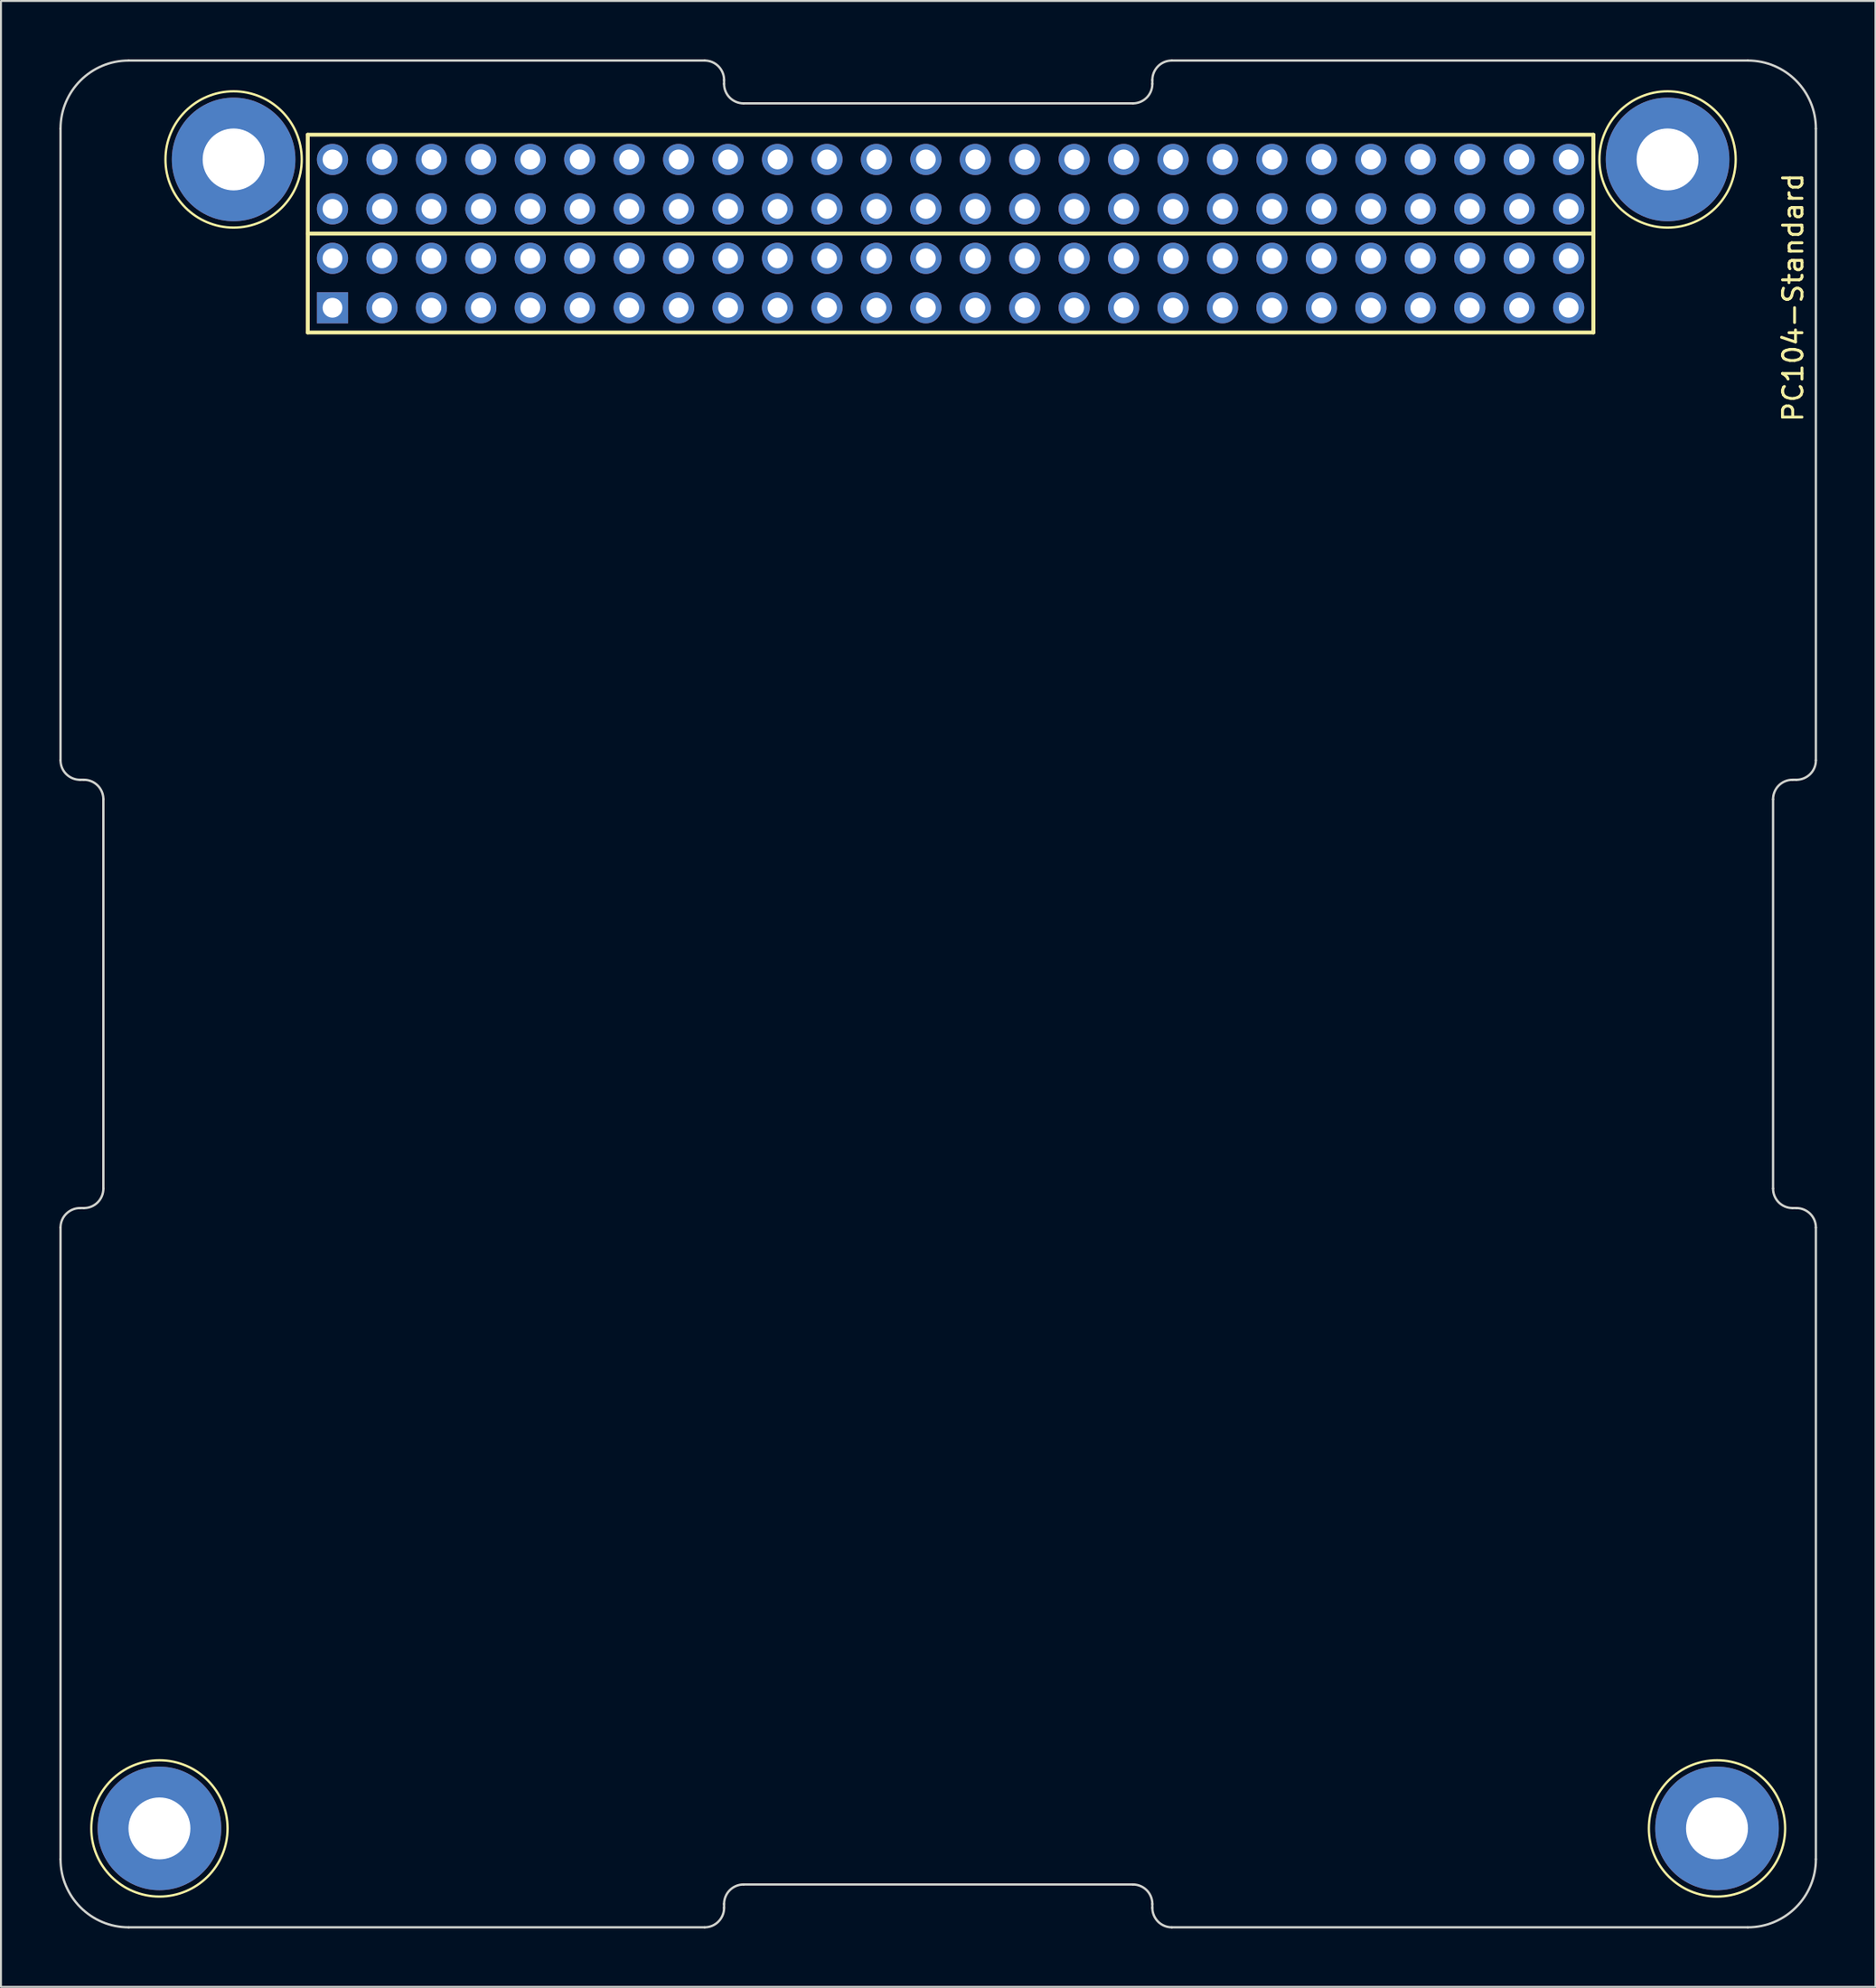
<source format=kicad_pcb>
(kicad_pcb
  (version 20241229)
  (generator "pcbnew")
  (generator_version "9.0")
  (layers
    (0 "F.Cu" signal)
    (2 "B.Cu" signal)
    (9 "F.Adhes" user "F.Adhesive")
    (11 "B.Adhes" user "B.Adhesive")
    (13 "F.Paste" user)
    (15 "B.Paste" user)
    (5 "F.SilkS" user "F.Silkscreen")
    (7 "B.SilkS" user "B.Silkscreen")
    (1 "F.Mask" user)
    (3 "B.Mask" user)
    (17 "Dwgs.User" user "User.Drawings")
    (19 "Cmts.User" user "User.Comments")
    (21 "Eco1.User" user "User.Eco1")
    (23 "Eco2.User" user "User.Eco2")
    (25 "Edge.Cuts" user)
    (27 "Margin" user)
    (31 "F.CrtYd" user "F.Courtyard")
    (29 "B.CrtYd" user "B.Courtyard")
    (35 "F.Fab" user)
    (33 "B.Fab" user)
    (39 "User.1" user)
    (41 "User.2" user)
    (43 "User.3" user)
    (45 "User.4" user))
  (footprint "PC104-Standard"
    (layer "F.Cu")
    (at 8.95 5.14)
    (property "Reference" "PC104-Standard" (at 80.11 7.09 270) (layer "F.SilkS") (effects (font (size 1 1) (thickness 0.15))))
    (attr through_hole)
    (fp_line (start 3.81 -1.27) (end 69.85 -1.27) (stroke (width 0.2) (type solid)) (layer "F.SilkS"))
    (fp_line (start 3.81 8.89) (end 3.81 -1.27) (stroke (width 0.2) (type solid)) (layer "F.SilkS"))
    (fp_line (start 69.85 -1.27) (end 69.85 8.89) (stroke (width 0.2) (type solid)) (layer "F.SilkS"))
    (fp_line (start 69.85 3.81) (end 3.81 3.81) (stroke (width 0.2) (type solid)) (layer "F.SilkS"))
    (fp_line (start 69.85 8.89) (end 3.81 8.89) (stroke (width 0.2) (type solid)) (layer "F.SilkS"))
    (fp_circle (center -3.81 85.73) (end -0.31 85.73) (stroke (width 0.12) (type default)) (fill no) (layer "F.SilkS"))
    (fp_circle (center 0 0) (end 3.5 0) (stroke (width 0.12) (type default)) (fill no) (layer "F.SilkS"))
    (fp_circle (center 73.66 0) (end 77.16 0) (stroke (width 0.12) (type default)) (fill no) (layer "F.SilkS"))
    (fp_circle (center 76.2 85.73) (end 79.7 85.73) (stroke (width 0.12) (type default)) (fill no) (layer "F.SilkS"))
    (fp_line (start -8.89 30.865) (end -8.89 -1.58) (stroke (width 0.12) (type default)) (layer "Edge.Cuts"))
    (fp_line (start -8.89 54.865) (end -8.89 87.31) (stroke (width 0.12) (type default)) (layer "Edge.Cuts"))
    (fp_line (start -7.89 31.865) (end -7.69 31.865) (stroke (width 0.12) (type default)) (layer "Edge.Cuts"))
    (fp_line (start -7.69 53.865) (end -7.89 53.865) (stroke (width 0.12) (type default)) (layer "Edge.Cuts"))
    (fp_line (start -6.69 32.865) (end -6.69 52.865) (stroke (width 0.12) (type default)) (layer "Edge.Cuts"))
    (fp_line (start -5.39 -5.08) (end 24.195 -5.08) (stroke (width 0.12) (type default)) (layer "Edge.Cuts"))
    (fp_line (start 24.195 90.81) (end -5.39 90.81) (stroke (width 0.12) (type default)) (layer "Edge.Cuts"))
    (fp_line (start 25.195 -3.88) (end 25.195 -4.08) (stroke (width 0.12) (type default)) (layer "Edge.Cuts"))
    (fp_line (start 25.195 89.61) (end 25.195 89.81) (stroke (width 0.12) (type default)) (layer "Edge.Cuts"))
    (fp_line (start 26.195 -2.88) (end 46.195 -2.88) (stroke (width 0.12) (type default)) (layer "Edge.Cuts"))
    (fp_line (start 46.195 88.61) (end 26.195 88.61) (stroke (width 0.12) (type default)) (layer "Edge.Cuts"))
    (fp_line (start 47.195 -3.88) (end 47.195 -4.08) (stroke (width 0.12) (type default)) (layer "Edge.Cuts"))
    (fp_line (start 47.195 89.81) (end 47.195 89.61) (stroke (width 0.12) (type default)) (layer "Edge.Cuts"))
    (fp_line (start 48.195 -5.08) (end 77.78 -5.08) (stroke (width 0.12) (type default)) (layer "Edge.Cuts"))
    (fp_line (start 77.78 90.81) (end 48.195 90.81) (stroke (width 0.12) (type default)) (layer "Edge.Cuts"))
    (fp_line (start 79.08 32.865) (end 79.08 52.865) (stroke (width 0.12) (type default)) (layer "Edge.Cuts"))
    (fp_line (start 80.08 53.865) (end 80.28 53.865) (stroke (width 0.12) (type default)) (layer "Edge.Cuts"))
    (fp_line (start 80.28 31.865) (end 80.08 31.865) (stroke (width 0.12) (type default)) (layer "Edge.Cuts"))
    (fp_line (start 81.28 -1.58) (end 81.28 30.865) (stroke (width 0.12) (type default)) (layer "Edge.Cuts"))
    (fp_line (start 81.28 54.865) (end 81.28 87.31) (stroke (width 0.12) (type default)) (layer "Edge.Cuts"))
    (fp_arc (start -8.89 -1.58) (mid -7.864874 -4.054874) (end -5.39 -5.08) (stroke (width 0.12) (type default)) (layer "Edge.Cuts"))
    (fp_arc (start -8.89 54.865) (mid -8.597107 54.157893) (end -7.89 53.865) (stroke (width 0.12) (type default)) (layer "Edge.Cuts"))
    (fp_arc (start -7.89 31.865) (mid -8.597107 31.572107) (end -8.89 30.865) (stroke (width 0.12) (type default)) (layer "Edge.Cuts"))
    (fp_arc (start -7.69 31.865) (mid -6.982893 32.157893) (end -6.69 32.865) (stroke (width 0.12) (type default)) (layer "Edge.Cuts"))
    (fp_arc (start -6.69 52.865) (mid -6.982893 53.572107) (end -7.69 53.865) (stroke (width 0.12) (type default)) (layer "Edge.Cuts"))
    (fp_arc (start -5.39 90.81) (mid -7.864874 89.784874) (end -8.89 87.31) (stroke (width 0.12) (type default)) (layer "Edge.Cuts"))
    (fp_arc (start 24.195 -5.08) (mid 24.902107 -4.787107) (end 25.195 -4.08) (stroke (width 0.12) (type default)) (layer "Edge.Cuts"))
    (fp_arc (start 25.195 89.61) (mid 25.487893 88.902893) (end 26.195 88.61) (stroke (width 0.12) (type default)) (layer "Edge.Cuts"))
    (fp_arc (start 25.195 89.81) (mid 24.902107 90.517107) (end 24.195 90.81) (stroke (width 0.12) (type default)) (layer "Edge.Cuts"))
    (fp_arc (start 26.195 -2.88) (mid 25.487893 -3.172893) (end 25.195 -3.88) (stroke (width 0.12) (type default)) (layer "Edge.Cuts"))
    (fp_arc (start 46.195 88.61) (mid 46.902107 88.902893) (end 47.195 89.61) (stroke (width 0.12) (type default)) (layer "Edge.Cuts"))
    (fp_arc (start 47.195 -4.08) (mid 47.487893 -4.787107) (end 48.195 -5.08) (stroke (width 0.12) (type default)) (layer "Edge.Cuts"))
    (fp_arc (start 47.195 -3.88) (mid 46.902107 -3.172893) (end 46.195 -2.88) (stroke (width 0.12) (type default)) (layer "Edge.Cuts"))
    (fp_arc (start 48.195 90.81) (mid 47.487893 90.517107) (end 47.195 89.81) (stroke (width 0.12) (type default)) (layer "Edge.Cuts"))
    (fp_arc (start 77.78 -5.08) (mid 80.254874 -4.054874) (end 81.28 -1.58) (stroke (width 0.12) (type default)) (layer "Edge.Cuts"))
    (fp_arc (start 79.08 32.865) (mid 79.372893 32.157893) (end 80.08 31.865) (stroke (width 0.12) (type default)) (layer "Edge.Cuts"))
    (fp_arc (start 80.08 53.865) (mid 79.372893 53.572107) (end 79.08 52.865) (stroke (width 0.12) (type default)) (layer "Edge.Cuts"))
    (fp_arc (start 80.28 53.865) (mid 80.987107 54.157893) (end 81.28 54.865) (stroke (width 0.12) (type default)) (layer "Edge.Cuts"))
    (fp_arc (start 81.28 30.865) (mid 80.987107 31.572107) (end 80.28 31.865) (stroke (width 0.12) (type default)) (layer "Edge.Cuts"))
    (fp_arc (start 81.28 87.31) (mid 80.254874 89.784874) (end 77.78 90.81) (stroke (width 0.12) (type default)) (layer "Edge.Cuts"))
    (pad "" thru_hole circle (at -3.81 85.73) (size 6.35 6.35) (drill 3.18) (layers "*.Cu" "*.Mask"))
    (pad "" thru_hole circle (at 0 0) (size 6.35 6.35) (drill 3.18) (layers "*.Cu" "*.Mask"))
    (pad "" thru_hole circle (at 73.66 0) (size 6.35 6.35) (drill 3.18) (layers "*.Cu" "*.Mask"))
    (pad "" thru_hole circle (at 76.2 85.73) (size 6.35 6.35) (drill 3.18) (layers "*.Cu" "*.Mask"))
    (pad "1" thru_hole rect (at 5.08 7.62 270) (size 1.6 1.6) (drill 1.016) (layers "*.Cu" "*.Mask"))
    (pad "2" thru_hole circle (at 5.08 5.08 270) (size 1.6 1.6) (drill 1.016) (layers "*.Cu" "*.Mask"))
    (pad "3" thru_hole circle (at 7.62 7.62 270) (size 1.6 1.6) (drill 1.016) (layers "*.Cu" "*.Mask"))
    (pad "4" thru_hole circle (at 7.62 5.08 270) (size 1.6 1.6) (drill 1.016) (layers "*.Cu" "*.Mask"))
    (pad "5" thru_hole circle (at 10.16 7.62 270) (size 1.6 1.6) (drill 1.016) (layers "*.Cu" "*.Mask"))
    (pad "6" thru_hole circle (at 10.16 5.08 270) (size 1.6 1.6) (drill 1.016) (layers "*.Cu" "*.Mask"))
    (pad "7" thru_hole circle (at 12.7 7.62 270) (size 1.6 1.6) (drill 1.016) (layers "*.Cu" "*.Mask"))
    (pad "8" thru_hole circle (at 12.7 5.08 270) (size 1.6 1.6) (drill 1.016) (layers "*.Cu" "*.Mask"))
    (pad "9" thru_hole circle (at 15.24 7.62 270) (size 1.6 1.6) (drill 1.016) (layers "*.Cu" "*.Mask"))
    (pad "10" thru_hole circle (at 15.24 5.08 270) (size 1.6 1.6) (drill 1.016) (layers "*.Cu" "*.Mask"))
    (pad "11" thru_hole circle (at 17.78 7.62 270) (size 1.6 1.6) (drill 1.016) (layers "*.Cu" "*.Mask"))
    (pad "12" thru_hole circle (at 17.78 5.08 270) (size 1.6 1.6) (drill 1.016) (layers "*.Cu" "*.Mask"))
    (pad "13" thru_hole circle (at 20.32 7.62 270) (size 1.6 1.6) (drill 1.016) (layers "*.Cu" "*.Mask"))
    (pad "14" thru_hole circle (at 20.32 5.08 270) (size 1.6 1.6) (drill 1.016) (layers "*.Cu" "*.Mask"))
    (pad "15" thru_hole circle (at 22.86 7.62 270) (size 1.6 1.6) (drill 1.016) (layers "*.Cu" "*.Mask"))
    (pad "16" thru_hole circle (at 22.86 5.08 270) (size 1.6 1.6) (drill 1.016) (layers "*.Cu" "*.Mask"))
    (pad "17" thru_hole circle (at 25.4 7.62 270) (size 1.6 1.6) (drill 1.016) (layers "*.Cu" "*.Mask"))
    (pad "18" thru_hole circle (at 25.4 5.08 270) (size 1.6 1.6) (drill 1.016) (layers "*.Cu" "*.Mask"))
    (pad "19" thru_hole circle (at 27.94 7.62 270) (size 1.6 1.6) (drill 1.016) (layers "*.Cu" "*.Mask"))
    (pad "20" thru_hole circle (at 27.94 5.08 270) (size 1.6 1.6) (drill 1.016) (layers "*.Cu" "*.Mask"))
    (pad "21" thru_hole circle (at 30.48 7.62 270) (size 1.6 1.6) (drill 1.016) (layers "*.Cu" "*.Mask"))
    (pad "22" thru_hole circle (at 30.48 5.08 270) (size 1.6 1.6) (drill 1.016) (layers "*.Cu" "*.Mask"))
    (pad "23" thru_hole circle (at 33.02 7.62 270) (size 1.6 1.6) (drill 1.016) (layers "*.Cu" "*.Mask"))
    (pad "24" thru_hole circle (at 33.02 5.08 270) (size 1.6 1.6) (drill 1.016) (layers "*.Cu" "*.Mask"))
    (pad "25" thru_hole circle (at 35.56 7.62 270) (size 1.6 1.6) (drill 1.016) (layers "*.Cu" "*.Mask"))
    (pad "26" thru_hole circle (at 35.56 5.08 270) (size 1.6 1.6) (drill 1.016) (layers "*.Cu" "*.Mask"))
    (pad "27" thru_hole circle (at 38.1 7.62 270) (size 1.6 1.6) (drill 1.016) (layers "*.Cu" "*.Mask"))
    (pad "28" thru_hole circle (at 38.1 5.08 270) (size 1.6 1.6) (drill 1.016) (layers "*.Cu" "*.Mask"))
    (pad "29" thru_hole circle (at 40.64 7.62 270) (size 1.6 1.6) (drill 1.016) (layers "*.Cu" "*.Mask"))
    (pad "30" thru_hole circle (at 40.64 5.08 270) (size 1.6 1.6) (drill 1.016) (layers "*.Cu" "*.Mask"))
    (pad "31" thru_hole circle (at 43.18 7.62 270) (size 1.6 1.6) (drill 1.016) (layers "*.Cu" "*.Mask"))
    (pad "32" thru_hole circle (at 43.18 5.08 270) (size 1.6 1.6) (drill 1.016) (layers "*.Cu" "*.Mask"))
    (pad "33" thru_hole circle (at 45.72 7.62 270) (size 1.6 1.6) (drill 1.016) (layers "*.Cu" "*.Mask"))
    (pad "34" thru_hole circle (at 45.72 5.08 270) (size 1.6 1.6) (drill 1.016) (layers "*.Cu" "*.Mask"))
    (pad "35" thru_hole circle (at 48.26 7.62 270) (size 1.6 1.6) (drill 1.016) (layers "*.Cu" "*.Mask"))
    (pad "36" thru_hole circle (at 48.26 5.08 270) (size 1.6 1.6) (drill 1.016) (layers "*.Cu" "*.Mask"))
    (pad "37" thru_hole circle (at 50.8 7.62 270) (size 1.6 1.6) (drill 1.016) (layers "*.Cu" "*.Mask"))
    (pad "38" thru_hole circle (at 50.8 5.08 270) (size 1.6 1.6) (drill 1.016) (layers "*.Cu" "*.Mask"))
    (pad "39" thru_hole circle (at 53.34 7.62 270) (size 1.6 1.6) (drill 1.016) (layers "*.Cu" "*.Mask"))
    (pad "40" thru_hole circle (at 53.34 5.08 270) (size 1.6 1.6) (drill 1.016) (layers "*.Cu" "*.Mask"))
    (pad "41" thru_hole circle (at 55.88 7.62 270) (size 1.6 1.6) (drill 1.016) (layers "*.Cu" "*.Mask"))
    (pad "42" thru_hole circle (at 55.88 5.08 270) (size 1.6 1.6) (drill 1.016) (layers "*.Cu" "*.Mask"))
    (pad "43" thru_hole circle (at 58.42 7.62 270) (size 1.6 1.6) (drill 1.016) (layers "*.Cu" "*.Mask"))
    (pad "44" thru_hole circle (at 58.42 5.08 270) (size 1.6 1.6) (drill 1.016) (layers "*.Cu" "*.Mask"))
    (pad "45" thru_hole circle (at 60.96 7.62 270) (size 1.6 1.6) (drill 1.016) (layers "*.Cu" "*.Mask"))
    (pad "46" thru_hole circle (at 60.96 5.08 270) (size 1.6 1.6) (drill 1.016) (layers "*.Cu" "*.Mask"))
    (pad "47" thru_hole circle (at 63.5 7.62 270) (size 1.6 1.6) (drill 1.016) (layers "*.Cu" "*.Mask"))
    (pad "48" thru_hole circle (at 63.5 5.08 270) (size 1.6 1.6) (drill 1.016) (layers "*.Cu" "*.Mask"))
    (pad "49" thru_hole circle (at 66.04 7.62 270) (size 1.6 1.6) (drill 1.016) (layers "*.Cu" "*.Mask"))
    (pad "50" thru_hole circle (at 66.04 5.08 270) (size 1.6 1.6) (drill 1.016) (layers "*.Cu" "*.Mask"))
    (pad "51" thru_hole circle (at 68.58 7.62 270) (size 1.6 1.6) (drill 1.016) (layers "*.Cu" "*.Mask"))
    (pad "52" thru_hole circle (at 68.58 5.08 270) (size 1.6 1.6) (drill 1.016) (layers "*.Cu" "*.Mask"))
    (pad "53" thru_hole circle (at 5.08 2.54 270) (size 1.6 1.6) (drill 1.016) (layers "*.Cu" "*.Mask"))
    (pad "54" thru_hole circle (at 5.08 0 270) (size 1.6 1.6) (drill 1.016) (layers "*.Cu" "*.Mask"))
    (pad "55" thru_hole circle (at 7.62 2.54 270) (size 1.6 1.6) (drill 1.016) (layers "*.Cu" "*.Mask"))
    (pad "56" thru_hole circle (at 7.62 0 270) (size 1.6 1.6) (drill 1.016) (layers "*.Cu" "*.Mask"))
    (pad "57" thru_hole circle (at 10.16 2.54) (size 1.6 1.6) (drill 1.016) (layers "*.Cu" "*.Mask"))
    (pad "58" thru_hole circle (at 10.16 0 270) (size 1.6 1.6) (drill 1.016) (layers "*.Cu" "*.Mask"))
    (pad "59" thru_hole circle (at 12.7 2.54 270) (size 1.6 1.6) (drill 1.016) (layers "*.Cu" "*.Mask"))
    (pad "60" thru_hole circle (at 12.7 0 270) (size 1.6 1.6) (drill 1.016) (layers "*.Cu" "*.Mask"))
    (pad "61" thru_hole circle (at 15.24 2.54 270) (size 1.6 1.6) (drill 1.016) (layers "*.Cu" "*.Mask"))
    (pad "62" thru_hole circle (at 15.24 0 270) (size 1.6 1.6) (drill 1.016) (layers "*.Cu" "*.Mask"))
    (pad "63" thru_hole circle (at 17.78 2.54 270) (size 1.6 1.6) (drill 1.016) (layers "*.Cu" "*.Mask"))
    (pad "64" thru_hole circle (at 17.78 0 270) (size 1.6 1.6) (drill 1.016) (layers "*.Cu" "*.Mask"))
    (pad "65" thru_hole circle (at 20.32 2.54 270) (size 1.6 1.6) (drill 1.016) (layers "*.Cu" "*.Mask"))
    (pad "66" thru_hole circle (at 20.32 0 270) (size 1.6 1.6) (drill 1.016) (layers "*.Cu" "*.Mask"))
    (pad "67" thru_hole circle (at 22.86 2.54 270) (size 1.6 1.6) (drill 1.016) (layers "*.Cu" "*.Mask"))
    (pad "68" thru_hole circle (at 22.86 0 270) (size 1.6 1.6) (drill 1.016) (layers "*.Cu" "*.Mask"))
    (pad "69" thru_hole circle (at 25.4 2.54 270) (size 1.6 1.6) (drill 1.016) (layers "*.Cu" "*.Mask"))
    (pad "70" thru_hole circle (at 25.4 0 270) (size 1.6 1.6) (drill 1.016) (layers "*.Cu" "*.Mask"))
    (pad "71" thru_hole circle (at 27.94 2.54 270) (size 1.6 1.6) (drill 1.016) (layers "*.Cu" "*.Mask"))
    (pad "72" thru_hole circle (at 27.94 0 270) (size 1.6 1.6) (drill 1.016) (layers "*.Cu" "*.Mask"))
    (pad "73" thru_hole circle (at 30.48 2.54 270) (size 1.6 1.6) (drill 1.016) (layers "*.Cu" "*.Mask"))
    (pad "74" thru_hole circle (at 30.48 0 270) (size 1.6 1.6) (drill 1.016) (layers "*.Cu" "*.Mask"))
    (pad "75" thru_hole circle (at 33.02 2.54 270) (size 1.6 1.6) (drill 1.016) (layers "*.Cu" "*.Mask"))
    (pad "76" thru_hole circle (at 33.02 0 270) (size 1.6 1.6) (drill 1.016) (layers "*.Cu" "*.Mask"))
    (pad "77" thru_hole circle (at 35.56 2.54 270) (size 1.6 1.6) (drill 1.016) (layers "*.Cu" "*.Mask"))
    (pad "78" thru_hole circle (at 35.56 0 270) (size 1.6 1.6) (drill 1.016) (layers "*.Cu" "*.Mask"))
    (pad "79" thru_hole circle (at 38.1 2.54 270) (size 1.6 1.6) (drill 1.016) (layers "*.Cu" "*.Mask"))
    (pad "80" thru_hole circle (at 38.1 0 270) (size 1.6 1.6) (drill 1.016) (layers "*.Cu" "*.Mask"))
    (pad "81" thru_hole circle (at 40.64 2.54 270) (size 1.6 1.6) (drill 1.016) (layers "*.Cu" "*.Mask"))
    (pad "82" thru_hole circle (at 40.64 0 270) (size 1.6 1.6) (drill 1.016) (layers "*.Cu" "*.Mask"))
    (pad "83" thru_hole circle (at 43.18 2.54 270) (size 1.6 1.6) (drill 1.016) (layers "*.Cu" "*.Mask"))
    (pad "84" thru_hole circle (at 43.18 0 270) (size 1.6 1.6) (drill 1.016) (layers "*.Cu" "*.Mask"))
    (pad "85" thru_hole circle (at 45.72 2.54 270) (size 1.6 1.6) (drill 1.016) (layers "*.Cu" "*.Mask"))
    (pad "86" thru_hole circle (at 45.72 0 270) (size 1.6 1.6) (drill 1.016) (layers "*.Cu" "*.Mask"))
    (pad "87" thru_hole circle (at 48.26 2.54 270) (size 1.6 1.6) (drill 1.016) (layers "*.Cu" "*.Mask"))
    (pad "88" thru_hole circle (at 48.26 0 270) (size 1.6 1.6) (drill 1.016) (layers "*.Cu" "*.Mask"))
    (pad "89" thru_hole circle (at 50.8 2.54 270) (size 1.6 1.6) (drill 1.016) (layers "*.Cu" "*.Mask"))
    (pad "90" thru_hole circle (at 50.8 0 270) (size 1.6 1.6) (drill 1.016) (layers "*.Cu" "*.Mask"))
    (pad "91" thru_hole circle (at 53.34 2.54 270) (size 1.6 1.6) (drill 1.016) (layers "*.Cu" "*.Mask"))
    (pad "92" thru_hole circle (at 53.34 0 270) (size 1.6 1.6) (drill 1.016) (layers "*.Cu" "*.Mask"))
    (pad "93" thru_hole circle (at 55.88 2.54 270) (size 1.6 1.6) (drill 1.016) (layers "*.Cu" "*.Mask"))
    (pad "94" thru_hole circle (at 55.88 0 270) (size 1.6 1.6) (drill 1.016) (layers "*.Cu" "*.Mask"))
    (pad "95" thru_hole circle (at 58.42 2.54 270) (size 1.6 1.6) (drill 1.016) (layers "*.Cu" "*.Mask"))
    (pad "96" thru_hole circle (at 58.42 0 270) (size 1.6 1.6) (drill 1.016) (layers "*.Cu" "*.Mask"))
    (pad "97" thru_hole circle (at 60.96 2.54 270) (size 1.6 1.6) (drill 1.016) (layers "*.Cu" "*.Mask"))
    (pad "98" thru_hole circle (at 60.96 0 270) (size 1.6 1.6) (drill 1.016) (layers "*.Cu" "*.Mask"))
    (pad "99" thru_hole circle (at 63.5 2.54 270) (size 1.6 1.6) (drill 1.016) (layers "*.Cu" "*.Mask"))
    (pad "100" thru_hole circle (at 63.5 0 270) (size 1.6 1.6) (drill 1.016) (layers "*.Cu" "*.Mask"))
    (pad "101" thru_hole circle (at 66.04 2.54 270) (size 1.6 1.6) (drill 1.016) (layers "*.Cu" "*.Mask"))
    (pad "102" thru_hole circle (at 66.04 0 270) (size 1.6 1.6) (drill 1.016) (layers "*.Cu" "*.Mask"))
    (pad "103" thru_hole circle (at 68.58 2.54 270) (size 1.6 1.6) (drill 1.016) (layers "*.Cu" "*.Mask"))
    (pad "104" thru_hole circle (at 68.58 0 270) (size 1.6 1.6) (drill 1.016) (layers "*.Cu" "*.Mask")))
  (gr_rect
    (start -3 -3)
    (end 93.29 99.01)
    (stroke (width 0.1) (type default))
    (fill no)
    (layer "Edge.Cuts")))
</source>
